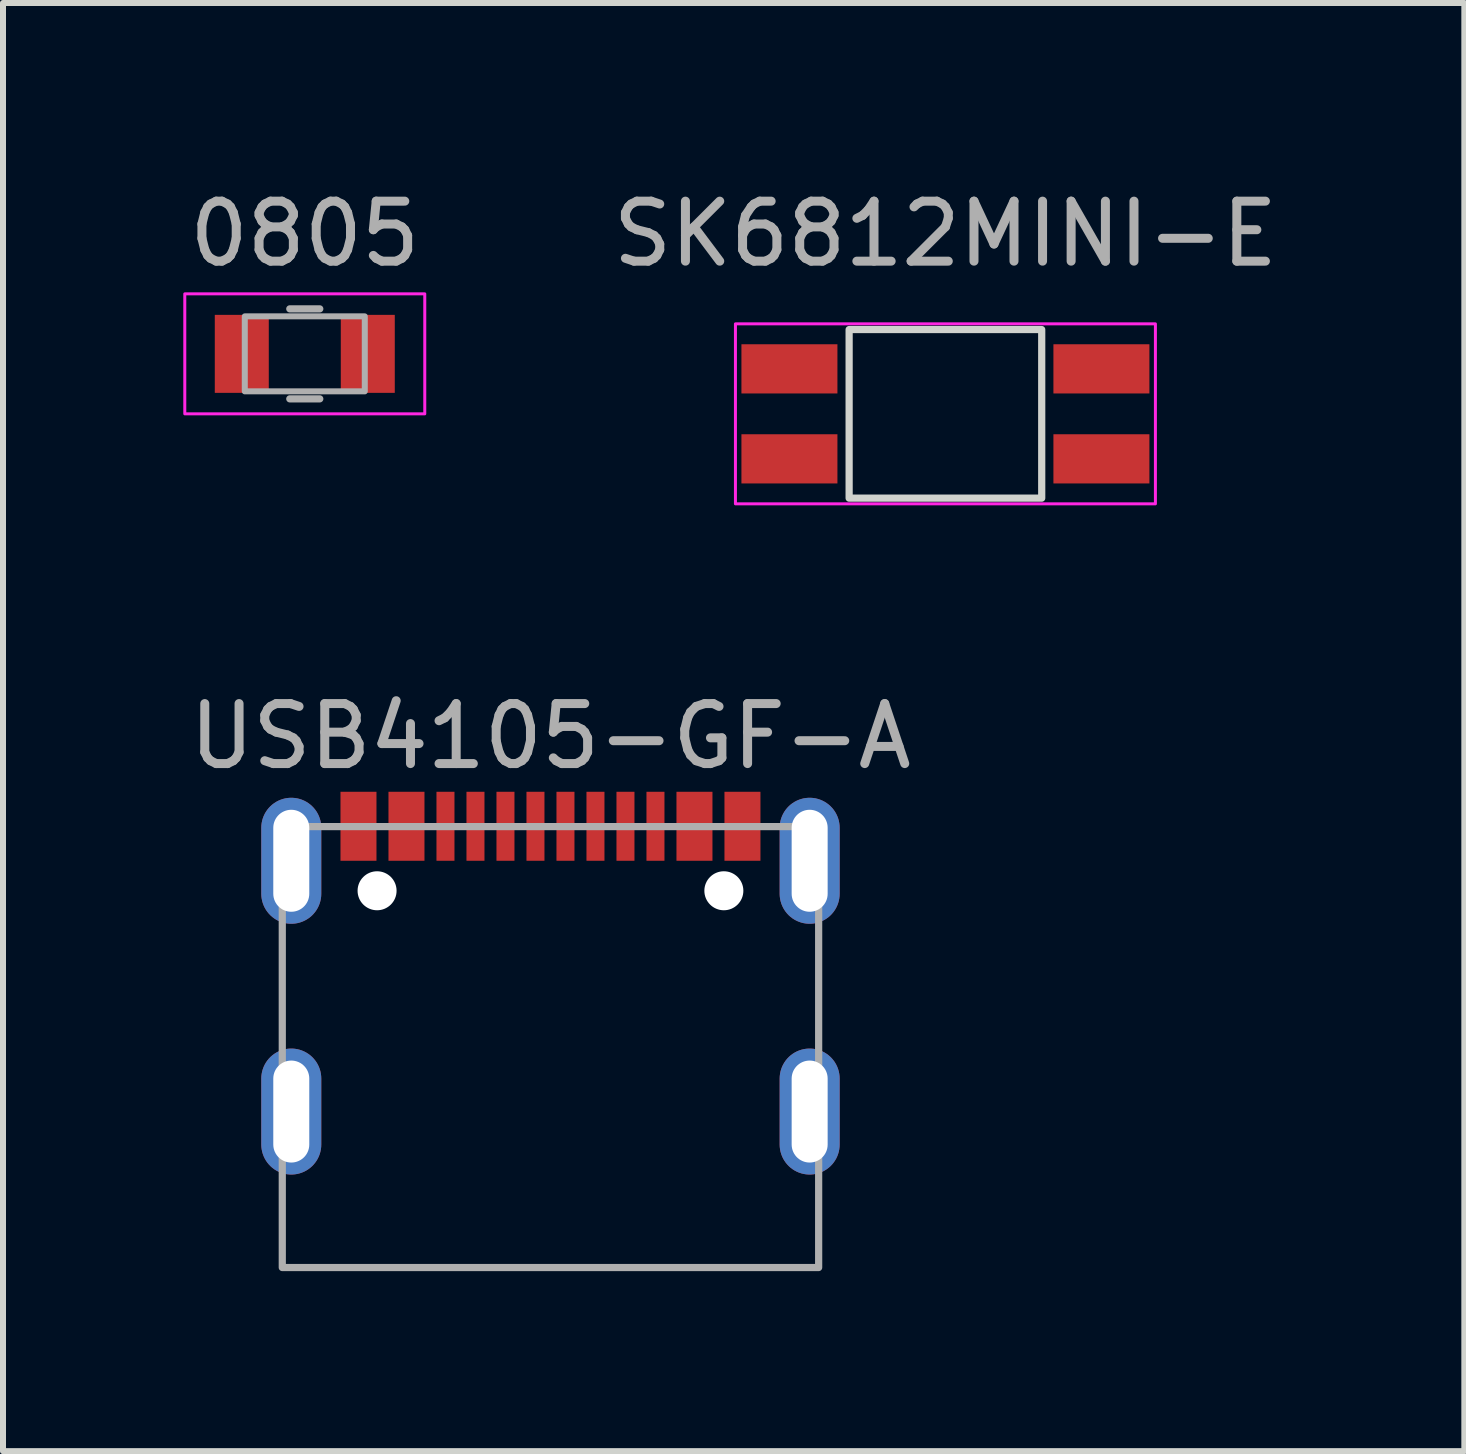
<source format=kicad_pcb>
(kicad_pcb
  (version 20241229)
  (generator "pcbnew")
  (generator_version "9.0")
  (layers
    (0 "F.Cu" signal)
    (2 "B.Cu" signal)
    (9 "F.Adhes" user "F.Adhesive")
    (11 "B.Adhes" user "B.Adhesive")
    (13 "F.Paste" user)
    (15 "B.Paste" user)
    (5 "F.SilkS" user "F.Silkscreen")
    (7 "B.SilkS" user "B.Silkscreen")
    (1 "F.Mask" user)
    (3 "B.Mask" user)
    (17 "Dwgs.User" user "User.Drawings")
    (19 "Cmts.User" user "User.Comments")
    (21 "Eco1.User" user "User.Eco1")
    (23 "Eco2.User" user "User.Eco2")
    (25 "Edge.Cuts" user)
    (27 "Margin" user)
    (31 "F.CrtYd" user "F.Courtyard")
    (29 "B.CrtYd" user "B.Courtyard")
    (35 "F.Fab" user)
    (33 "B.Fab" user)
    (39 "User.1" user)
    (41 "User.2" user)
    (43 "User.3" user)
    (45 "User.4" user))
  (footprint "0805"
    (layer "F.Cu")
    (at 2.03 2.848)
    (property "Reference" "0805" (at 0 -2 0) (unlocked yes) (layer "F.Fab") (effects (font (size 1 1) (thickness 0.15))))
    (attr smd)
    (fp_rect (start -2 -1) (end 2 1) (stroke (width 0.05) (type solid)) (fill no) (layer "F.CrtYd"))
    (fp_line (start -0.25 -0.75) (end 0.25 -0.75) (stroke (width 0.12) (type solid)) (layer "F.Fab"))
    (fp_line (start -0.25 0.75) (end 0.25 0.75) (stroke (width 0.12) (type solid)) (layer "F.Fab"))
    (fp_rect (start -1 -0.625) (end 1 0.625) (stroke (width 0.1) (type solid)) (fill no) (layer "F.Fab"))
    (pad "1" smd rect (at 1.05 0) (size 0.9 1.3) (layers "F.Cu" "F.Mask" "F.Paste"))
    (pad "2" smd rect (at -1.05 0) (size 0.9 1.3) (layers "F.Cu" "F.Mask" "F.Paste")))
  (footprint "SK6812MINI-E"
    (layer "F.Cu")
    (at 12.708 3.848)
    (property "Reference" "SK6812MINI-E" (at 0 -3 0) (unlocked yes) (layer "F.Fab") (effects (font (size 1 1) (thickness 0.15))))
    (attr smd)
    (fp_rect (start -1.605 -1.405) (end 1.605 1.405) (stroke (width 0.12) (type solid)) (fill no) (layer "Edge.Cuts"))
    (fp_rect (start -3.5 -1.5) (end 3.5 1.5) (stroke (width 0.05) (type solid)) (fill no) (layer "F.CrtYd"))
    (pad "1" smd rect (at 2.6 -0.75) (size 1.6 0.82) (layers "F.Cu" "F.Mask" "F.Paste"))
    (pad "2" smd rect (at 2.6 0.75) (size 1.6 0.82) (layers "F.Cu" "F.Mask" "F.Paste"))
    (pad "3" smd rect (at -2.6 0.75) (size 1.6 0.82) (layers "F.Cu" "F.Mask" "F.Paste"))
    (pad "4" smd rect (at -2.6 -0.75) (size 1.6 0.82) (layers "F.Cu" "F.Mask" "F.Paste")))
  (footprint "USB4105-GF-A"
    (layer "F.Cu")
    (at 6.125 10.722)
    (property "Reference" "USB4105-GF-A" (at 0 -1.5 0) (unlocked yes) (layer "F.Fab") (effects (font (size 1 1) (thickness 0.15))))
    (attr smd)
    (fp_rect (start -4.47 0.005) (end 4.47 7.355) (stroke (width 0.12) (type solid)) (fill no) (layer "F.Fab"))
    (pad "" thru_hole oval (at -4.32 0.575) (size 1 2.1) (drill oval 0.6 1.7) (layers "*.Cu" "*.Mask"))
    (pad "" thru_hole oval (at -4.32 4.755) (size 1 2.1) (drill oval 0.6 1.7) (layers "*.Cu" "*.Mask"))
    (pad "" np_thru_hole circle (at -2.89 1.075) (size 0.65 0.65) (drill 0.65) (layers "*.Cu" "*.Mask"))
    (pad "" np_thru_hole circle (at 2.89 1.075) (size 0.65 0.65) (drill 0.65) (layers "*.Cu" "*.Mask"))
    (pad "" thru_hole oval (at 4.32 0.575) (size 1 2.1) (drill oval 0.6 1.7) (layers "*.Cu" "*.Mask"))
    (pad "" thru_hole oval (at 4.32 4.755) (size 1 2.1) (drill oval 0.6 1.7) (layers "*.Cu" "*.Mask"))
    (pad "A1/B12" smd rect (at -3.2 0) (size 0.6 1.15) (layers "F.Cu" "F.Mask" "F.Paste"))
    (pad "A4/B9" smd rect (at -2.4 0) (size 0.6 1.15) (layers "F.Cu" "F.Mask" "F.Paste"))
    (pad "A5" smd rect (at -1.25 0) (size 0.3 1.15) (layers "F.Cu" "F.Mask" "F.Paste"))
    (pad "A6" smd rect (at -0.25 0) (size 0.3 1.15) (layers "F.Cu" "F.Mask" "F.Paste"))
    (pad "A7" smd rect (at 0.25 0) (size 0.3 1.15) (layers "F.Cu" "F.Mask" "F.Paste"))
    (pad "A8" smd rect (at 1.25 0) (size 0.3 1.15) (layers "F.Cu" "F.Mask" "F.Paste"))
    (pad "B1/A12" smd rect (at 3.2 0) (size 0.6 1.15) (layers "F.Cu" "F.Mask" "F.Paste"))
    (pad "B4/A9" smd rect (at 2.4 0) (size 0.6 1.15) (layers "F.Cu" "F.Mask" "F.Paste"))
    (pad "B5" smd rect (at 1.75 0) (size 0.3 1.15) (layers "F.Cu" "F.Mask" "F.Paste"))
    (pad "B6" smd rect (at 0.75 0) (size 0.3 1.15) (layers "F.Cu" "F.Mask" "F.Paste"))
    (pad "B7" smd rect (at -0.75 0) (size 0.3 1.15) (layers "F.Cu" "F.Mask" "F.Paste"))
    (pad "B8" smd rect (at -1.75 0) (size 0.3 1.15) (layers "F.Cu" "F.Mask" "F.Paste")))
  (gr_rect
    (start -3 -3)
    (end 21.357 21.137)
    (stroke (width 0.1) (type default))
    (fill no)
    (layer "Edge.Cuts")))
</source>
